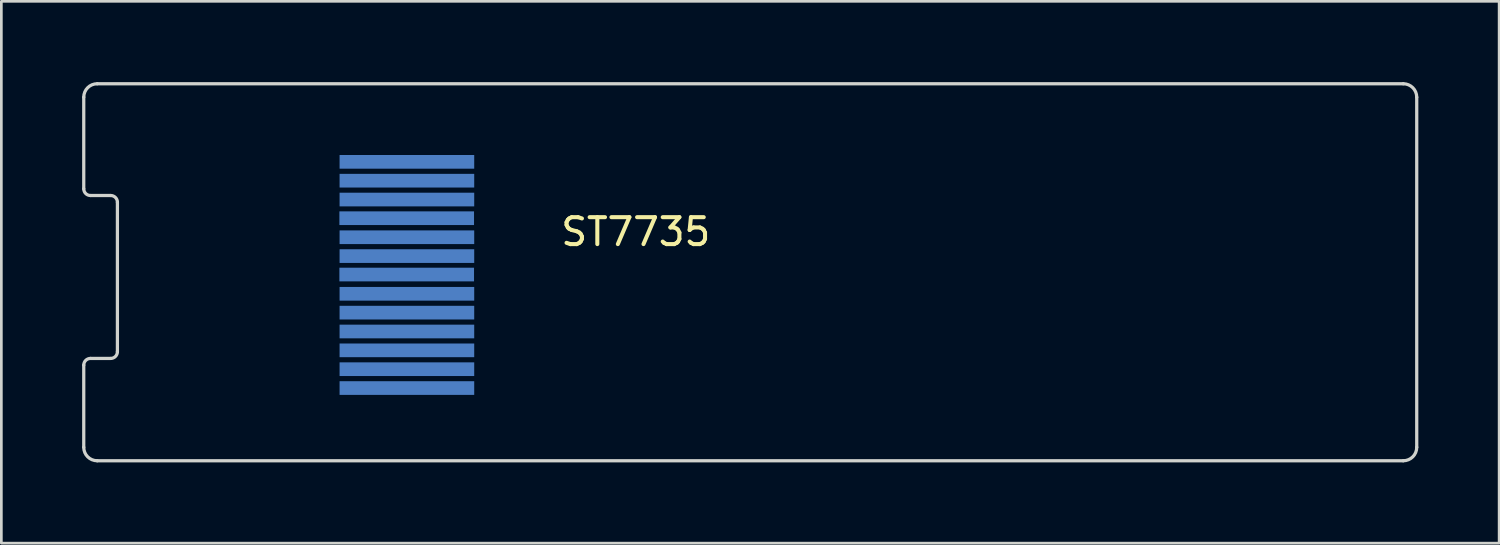
<source format=kicad_pcb>
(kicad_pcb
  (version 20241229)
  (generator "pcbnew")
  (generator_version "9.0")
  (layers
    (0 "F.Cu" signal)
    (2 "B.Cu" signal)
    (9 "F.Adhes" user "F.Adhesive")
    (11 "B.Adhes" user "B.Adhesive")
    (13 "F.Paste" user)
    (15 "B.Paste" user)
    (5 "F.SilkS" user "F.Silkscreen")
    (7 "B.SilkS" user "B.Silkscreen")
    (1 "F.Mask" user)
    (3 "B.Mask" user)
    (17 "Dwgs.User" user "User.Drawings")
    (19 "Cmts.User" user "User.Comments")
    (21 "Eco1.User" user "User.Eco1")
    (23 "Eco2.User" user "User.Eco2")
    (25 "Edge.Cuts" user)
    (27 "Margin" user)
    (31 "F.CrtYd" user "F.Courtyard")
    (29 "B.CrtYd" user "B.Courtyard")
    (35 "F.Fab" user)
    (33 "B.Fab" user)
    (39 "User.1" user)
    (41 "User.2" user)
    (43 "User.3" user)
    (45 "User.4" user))
  (footprint "ST7735"
    (layer "F.Cu")
    (at 20.56 7.06)
    (property "Reference" "ST7735" (at 0 -1.5 0) (unlocked yes) (layer "F.SilkS") (effects (font (size 1 1) (thickness 0.15))))
    (attr smd)
    (fp_line (start -20.5 -3.1) (end -20.5 -6.5) (stroke (width 0.12) (type solid)) (layer "Edge.Cuts"))
    (fp_line (start -20.5 3.45) (end -20.5 6.5) (stroke (width 0.12) (type solid)) (layer "Edge.Cuts"))
    (fp_line (start -20.25 -2.85) (end -19.5 -2.85) (stroke (width 0.12) (type solid)) (layer "Edge.Cuts"))
    (fp_line (start -20 -7) (end 28.5 -7) (stroke (width 0.12) (type solid)) (layer "Edge.Cuts"))
    (fp_line (start -19.5 3.2) (end -20.25 3.2) (stroke (width 0.12) (type solid)) (layer "Edge.Cuts"))
    (fp_line (start -19.25 -2.6) (end -19.25 2.95) (stroke (width 0.12) (type solid)) (layer "Edge.Cuts"))
    (fp_line (start 28.5 7) (end -20 7) (stroke (width 0.12) (type solid)) (layer "Edge.Cuts"))
    (fp_line (start 29 -6.5) (end 29 6.5) (stroke (width 0.12) (type solid)) (layer "Edge.Cuts"))
    (fp_arc (start -20.5 -6.5) (mid -20.353553 -6.853553) (end -20 -7) (stroke (width 0.12) (type solid)) (layer "Edge.Cuts"))
    (fp_arc (start -20.5 3.45) (mid -20.426777 3.273223) (end -20.25 3.2) (stroke (width 0.12) (type solid)) (layer "Edge.Cuts"))
    (fp_arc (start -20.25 -2.85) (mid -20.426777 -2.923223) (end -20.5 -3.1) (stroke (width 0.12) (type solid)) (layer "Edge.Cuts"))
    (fp_arc (start -20 7) (mid -20.353553 6.853553) (end -20.5 6.5) (stroke (width 0.12) (type solid)) (layer "Edge.Cuts"))
    (fp_arc (start -19.5 -2.85) (mid -19.323223 -2.776777) (end -19.25 -2.6) (stroke (width 0.12) (type solid)) (layer "Edge.Cuts"))
    (fp_arc (start -19.25 2.95) (mid -19.323223 3.126777) (end -19.5 3.2) (stroke (width 0.12) (type solid)) (layer "Edge.Cuts"))
    (fp_arc (start 28.5 -7) (mid 28.853553 -6.853553) (end 29 -6.5) (stroke (width 0.12) (type solid)) (layer "Edge.Cuts"))
    (fp_arc (start 29 6.5) (mid 28.853553 6.853553) (end 28.5 7) (stroke (width 0.12) (type solid)) (layer "Edge.Cuts"))
    (pad "1" smd rect (at -8.5 -4.1) (size 5 0.508) (layers "B.Cu" "B.Mask" "B.Paste"))
    (pad "2" smd rect (at -8.5 -3.4) (size 5 0.508) (layers "B.Cu" "B.Mask" "B.Paste"))
    (pad "3" smd rect (at -8.5 -2.7) (size 5 0.508) (layers "B.Cu" "B.Mask" "B.Paste"))
    (pad "4" smd rect (at -8.507 -2.007) (size 5 0.508) (layers "B.Cu" "B.Mask" "B.Paste"))
    (pad "5" smd rect (at -8.5 -1.3) (size 5 0.508) (layers "B.Cu" "B.Mask" "B.Paste"))
    (pad "6" smd rect (at -8.5 -0.6) (size 5 0.508) (layers "B.Cu" "B.Mask" "B.Paste"))
    (pad "7" smd rect (at -8.507 0.085) (size 5 0.508) (layers "B.Cu" "B.Mask" "B.Paste"))
    (pad "8" smd rect (at -8.5 0.8) (size 5 0.508) (layers "B.Cu" "B.Mask" "B.Paste"))
    (pad "9" smd rect (at -8.5 1.5) (size 5 0.508) (layers "B.Cu" "B.Mask" "B.Paste"))
    (pad "10" smd rect (at -8.5 2.2) (size 5 0.508) (layers "B.Cu" "B.Mask" "B.Paste"))
    (pad "11" smd rect (at -8.5 2.9) (size 5 0.508) (layers "B.Cu" "B.Mask" "B.Paste"))
    (pad "12" smd rect (at -8.5 3.6) (size 5 0.508) (layers "B.Cu" "B.Mask" "B.Paste"))
    (pad "13" smd rect (at -8.5 4.3) (size 5 0.508) (layers "B.Cu" "B.Mask" "B.Paste")))
  (gr_rect
    (start -3 -3)
    (end 52.62 17.12)
    (stroke (width 0.1) (type default))
    (fill no)
    (layer "Edge.Cuts")))
</source>
